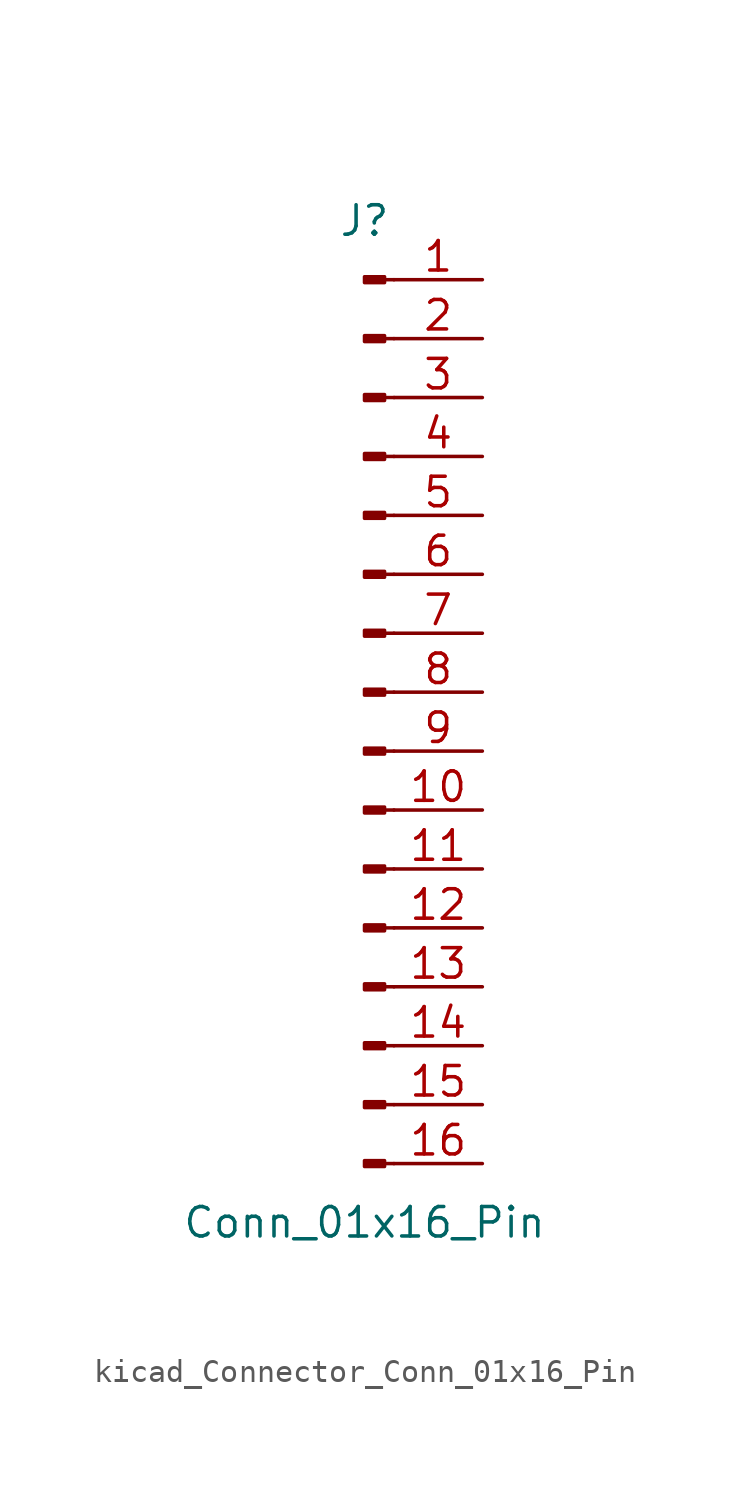
<source format=kicad_sym>
(kicad_symbol_lib
  (version 20220914)
  (generator kicad_symbol_editor)
  (symbol "kicad_Connector_Conn_01x16_Pin"
    (pin_names
      (offset 1.016) hide)
    (property "Reference" "J"
      (at 0 20.32 0)
      (effects (font (size 1.27 1.27))))
    (property "Value" "Conn_01x16_Pin"
      (at 0 -22.86 0)
      (effects (font (size 1.27 1.27))))
    (property "ki_locked" ""
      (at 0 0 0)
      (effects (font (size 1.27 1.27))))
    (symbol "kicad_Connector_Conn_01x16_Pin_1_1"
      (polyline (pts (xy 1.27 -20.32) (xy 0.864 -20.32)) (stroke (width 0.152) (type default)) (fill (type none)))
      (polyline (pts (xy 1.27 -17.78) (xy 0.864 -17.78)) (stroke (width 0.152) (type default)) (fill (type none)))
      (polyline (pts (xy 1.27 -15.24) (xy 0.864 -15.24)) (stroke (width 0.152) (type default)) (fill (type none)))
      (polyline (pts (xy 1.27 -12.7) (xy 0.864 -12.7)) (stroke (width 0.152) (type default)) (fill (type none)))
      (polyline (pts (xy 1.27 -10.16) (xy 0.864 -10.16)) (stroke (width 0.152) (type default)) (fill (type none)))
      (polyline (pts (xy 1.27 -7.62) (xy 0.864 -7.62)) (stroke (width 0.152) (type default)) (fill (type none)))
      (polyline (pts (xy 1.27 -5.08) (xy 0.864 -5.08)) (stroke (width 0.152) (type default)) (fill (type none)))
      (polyline (pts (xy 1.27 -2.54) (xy 0.864 -2.54)) (stroke (width 0.152) (type default)) (fill (type none)))
      (polyline (pts (xy 1.27 0) (xy 0.864 0)) (stroke (width 0.152) (type default)) (fill (type none)))
      (polyline (pts (xy 1.27 2.54) (xy 0.864 2.54)) (stroke (width 0.152) (type default)) (fill (type none)))
      (polyline (pts (xy 1.27 5.08) (xy 0.864 5.08)) (stroke (width 0.152) (type default)) (fill (type none)))
      (polyline (pts (xy 1.27 7.62) (xy 0.864 7.62)) (stroke (width 0.152) (type default)) (fill (type none)))
      (polyline (pts (xy 1.27 10.16) (xy 0.864 10.16)) (stroke (width 0.152) (type default)) (fill (type none)))
      (polyline (pts (xy 1.27 12.7) (xy 0.864 12.7)) (stroke (width 0.152) (type default)) (fill (type none)))
      (polyline (pts (xy 1.27 15.24) (xy 0.864 15.24)) (stroke (width 0.152) (type default)) (fill (type none)))
      (polyline (pts (xy 1.27 17.78) (xy 0.864 17.78)) (stroke (width 0.152) (type default)) (fill (type none)))
      (rectangle (start 0.864 -20.193) (end 0 -20.447) (stroke (width 0.152) (type default)) (fill (type outline)))
      (rectangle (start 0.864 -17.653) (end 0 -17.907) (stroke (width 0.152) (type default)) (fill (type outline)))
      (rectangle (start 0.864 -15.113) (end 0 -15.367) (stroke (width 0.152) (type default)) (fill (type outline)))
      (rectangle (start 0.864 -12.573) (end 0 -12.827) (stroke (width 0.152) (type default)) (fill (type outline)))
      (rectangle (start 0.864 -10.033) (end 0 -10.287) (stroke (width 0.152) (type default)) (fill (type outline)))
      (rectangle (start 0.864 -7.493) (end 0 -7.747) (stroke (width 0.152) (type default)) (fill (type outline)))
      (rectangle (start 0.864 -4.953) (end 0 -5.207) (stroke (width 0.152) (type default)) (fill (type outline)))
      (rectangle (start 0.864 -2.413) (end 0 -2.667) (stroke (width 0.152) (type default)) (fill (type outline)))
      (rectangle (start 0.864 0.127) (end 0 -0.127) (stroke (width 0.152) (type default)) (fill (type outline)))
      (rectangle (start 0.864 2.667) (end 0 2.413) (stroke (width 0.152) (type default)) (fill (type outline)))
      (rectangle (start 0.864 5.207) (end 0 4.953) (stroke (width 0.152) (type default)) (fill (type outline)))
      (rectangle (start 0.864 7.747) (end 0 7.493) (stroke (width 0.152) (type default)) (fill (type outline)))
      (rectangle (start 0.864 10.287) (end 0 10.033) (stroke (width 0.152) (type default)) (fill (type outline)))
      (rectangle (start 0.864 12.827) (end 0 12.573) (stroke (width 0.152) (type default)) (fill (type outline)))
      (rectangle (start 0.864 15.367) (end 0 15.113) (stroke (width 0.152) (type default)) (fill (type outline)))
      (rectangle (start 0.864 17.907) (end 0 17.653) (stroke (width 0.152) (type default)) (fill (type outline)))
      (pin passive line (at 5.08 17.78 180) (length 3.81) (name "Pin_1" (effects (font (size 1.27 1.27)))) (number "1" (effects (font (size 1.27 1.27)))))
      (pin passive line (at 5.08 -5.08 180) (length 3.81) (name "Pin_10" (effects (font (size 1.27 1.27)))) (number "10" (effects (font (size 1.27 1.27)))))
      (pin passive line (at 5.08 -7.62 180) (length 3.81) (name "Pin_11" (effects (font (size 1.27 1.27)))) (number "11" (effects (font (size 1.27 1.27)))))
      (pin passive line (at 5.08 -10.16 180) (length 3.81) (name "Pin_12" (effects (font (size 1.27 1.27)))) (number "12" (effects (font (size 1.27 1.27)))))
      (pin passive line (at 5.08 -12.7 180) (length 3.81) (name "Pin_13" (effects (font (size 1.27 1.27)))) (number "13" (effects (font (size 1.27 1.27)))))
      (pin passive line (at 5.08 -15.24 180) (length 3.81) (name "Pin_14" (effects (font (size 1.27 1.27)))) (number "14" (effects (font (size 1.27 1.27)))))
      (pin passive line (at 5.08 -17.78 180) (length 3.81) (name "Pin_15" (effects (font (size 1.27 1.27)))) (number "15" (effects (font (size 1.27 1.27)))))
      (pin passive line (at 5.08 -20.32 180) (length 3.81) (name "Pin_16" (effects (font (size 1.27 1.27)))) (number "16" (effects (font (size 1.27 1.27)))))
      (pin passive line (at 5.08 15.24 180) (length 3.81) (name "Pin_2" (effects (font (size 1.27 1.27)))) (number "2" (effects (font (size 1.27 1.27)))))
      (pin passive line (at 5.08 12.7 180) (length 3.81) (name "Pin_3" (effects (font (size 1.27 1.27)))) (number "3" (effects (font (size 1.27 1.27)))))
      (pin passive line (at 5.08 10.16 180) (length 3.81) (name "Pin_4" (effects (font (size 1.27 1.27)))) (number "4" (effects (font (size 1.27 1.27)))))
      (pin passive line (at 5.08 7.62 180) (length 3.81) (name "Pin_5" (effects (font (size 1.27 1.27)))) (number "5" (effects (font (size 1.27 1.27)))))
      (pin passive line (at 5.08 5.08 180) (length 3.81) (name "Pin_6" (effects (font (size 1.27 1.27)))) (number "6" (effects (font (size 1.27 1.27)))))
      (pin passive line (at 5.08 2.54 180) (length 3.81) (name "Pin_7" (effects (font (size 1.27 1.27)))) (number "7" (effects (font (size 1.27 1.27)))))
      (pin passive line (at 5.08 0 180) (length 3.81) (name "Pin_8" (effects (font (size 1.27 1.27)))) (number "8" (effects (font (size 1.27 1.27)))))
      (pin passive line (at 5.08 -2.54 180) (length 3.81) (name "Pin_9" (effects (font (size 1.27 1.27)))) (number "9" (effects (font (size 1.27 1.27))))))))
</source>
